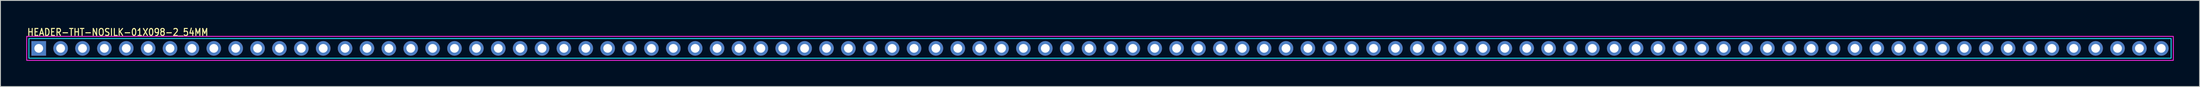
<source format=kicad_pcb>
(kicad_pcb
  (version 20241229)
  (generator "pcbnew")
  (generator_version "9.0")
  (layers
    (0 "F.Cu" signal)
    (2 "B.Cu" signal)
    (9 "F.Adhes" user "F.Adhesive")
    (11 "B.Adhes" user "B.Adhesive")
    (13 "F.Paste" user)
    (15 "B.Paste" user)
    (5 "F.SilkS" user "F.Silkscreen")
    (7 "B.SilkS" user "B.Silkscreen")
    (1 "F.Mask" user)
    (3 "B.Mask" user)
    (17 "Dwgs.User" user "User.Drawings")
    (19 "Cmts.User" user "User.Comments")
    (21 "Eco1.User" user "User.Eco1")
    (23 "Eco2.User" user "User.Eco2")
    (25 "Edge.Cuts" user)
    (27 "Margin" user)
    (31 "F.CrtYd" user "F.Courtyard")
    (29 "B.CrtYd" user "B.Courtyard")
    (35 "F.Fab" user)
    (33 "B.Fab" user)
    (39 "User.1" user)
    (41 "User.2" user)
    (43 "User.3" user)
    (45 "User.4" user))
  (footprint "HEADER-THT-NOSILK-01X098-2_54MM"
    (layer "F.Cu")
    (at 1.447 2.579)
    (property "Reference" "HEADER-THT-NOSILK-01X098-2_54MM" (at -1.4 -1.4 0) (unlocked yes) (layer "F.SilkS") (effects (font (size 0.813 0.695) (thickness 0.122)) (justify left bottom)))
    (fp_poly (pts (xy -1.143 -1.143) (xy 247.523 -1.143) (xy 247.523 1.143) (xy -1.143 1.143)) (stroke (width 0.1) (type solid)) (fill no) (layer "B.CrtYd"))
    (fp_poly (pts (xy -1.397 -1.397) (xy 247.777 -1.397) (xy 247.777 1.397) (xy -1.397 1.397)) (stroke (width 0.1) (type solid)) (fill no) (layer "F.CrtYd"))
    (pad "P$1" thru_hole rect (at 0 0) (size 1.693 1.693) (drill 1.016) (layers "*.Cu" "*.Mask"))
    (pad "P$2" thru_hole oval (at 2.54 0) (size 1.693 1.693) (drill 1.016) (layers "*.Cu" "*.Mask"))
    (pad "P$3" thru_hole oval (at 5.08 0) (size 1.693 1.693) (drill 1.016) (layers "*.Cu" "*.Mask"))
    (pad "P$4" thru_hole oval (at 7.62 0) (size 1.693 1.693) (drill 1.016) (layers "*.Cu" "*.Mask"))
    (pad "P$5" thru_hole oval (at 10.16 0) (size 1.693 1.693) (drill 1.016) (layers "*.Cu" "*.Mask"))
    (pad "P$6" thru_hole oval (at 12.7 0) (size 1.693 1.693) (drill 1.016) (layers "*.Cu" "*.Mask"))
    (pad "P$7" thru_hole oval (at 15.24 0) (size 1.693 1.693) (drill 1.016) (layers "*.Cu" "*.Mask"))
    (pad "P$8" thru_hole oval (at 17.78 0) (size 1.693 1.693) (drill 1.016) (layers "*.Cu" "*.Mask"))
    (pad "P$9" thru_hole oval (at 20.32 0) (size 1.693 1.693) (drill 1.016) (layers "*.Cu" "*.Mask"))
    (pad "P$10" thru_hole oval (at 22.86 0) (size 1.693 1.693) (drill 1.016) (layers "*.Cu" "*.Mask"))
    (pad "P$11" thru_hole oval (at 25.4 0) (size 1.693 1.693) (drill 1.016) (layers "*.Cu" "*.Mask"))
    (pad "P$12" thru_hole oval (at 27.94 0) (size 1.693 1.693) (drill 1.016) (layers "*.Cu" "*.Mask"))
    (pad "P$13" thru_hole oval (at 30.48 0) (size 1.693 1.693) (drill 1.016) (layers "*.Cu" "*.Mask"))
    (pad "P$14" thru_hole oval (at 33.02 0) (size 1.693 1.693) (drill 1.016) (layers "*.Cu" "*.Mask"))
    (pad "P$15" thru_hole oval (at 35.56 0) (size 1.693 1.693) (drill 1.016) (layers "*.Cu" "*.Mask"))
    (pad "P$16" thru_hole oval (at 38.1 0) (size 1.693 1.693) (drill 1.016) (layers "*.Cu" "*.Mask"))
    (pad "P$17" thru_hole oval (at 40.64 0) (size 1.693 1.693) (drill 1.016) (layers "*.Cu" "*.Mask"))
    (pad "P$18" thru_hole oval (at 43.18 0) (size 1.693 1.693) (drill 1.016) (layers "*.Cu" "*.Mask"))
    (pad "P$19" thru_hole oval (at 45.72 0) (size 1.693 1.693) (drill 1.016) (layers "*.Cu" "*.Mask"))
    (pad "P$20" thru_hole oval (at 48.26 0) (size 1.693 1.693) (drill 1.016) (layers "*.Cu" "*.Mask"))
    (pad "P$21" thru_hole oval (at 50.8 0) (size 1.693 1.693) (drill 1.016) (layers "*.Cu" "*.Mask"))
    (pad "P$22" thru_hole oval (at 53.34 0) (size 1.693 1.693) (drill 1.016) (layers "*.Cu" "*.Mask"))
    (pad "P$23" thru_hole oval (at 55.88 0) (size 1.693 1.693) (drill 1.016) (layers "*.Cu" "*.Mask"))
    (pad "P$24" thru_hole oval (at 58.42 0) (size 1.693 1.693) (drill 1.016) (layers "*.Cu" "*.Mask"))
    (pad "P$25" thru_hole oval (at 60.96 0) (size 1.693 1.693) (drill 1.016) (layers "*.Cu" "*.Mask"))
    (pad "P$26" thru_hole oval (at 63.5 0) (size 1.693 1.693) (drill 1.016) (layers "*.Cu" "*.Mask"))
    (pad "P$27" thru_hole oval (at 66.04 0) (size 1.693 1.693) (drill 1.016) (layers "*.Cu" "*.Mask"))
    (pad "P$28" thru_hole oval (at 68.58 0) (size 1.693 1.693) (drill 1.016) (layers "*.Cu" "*.Mask"))
    (pad "P$29" thru_hole oval (at 71.12 0) (size 1.693 1.693) (drill 1.016) (layers "*.Cu" "*.Mask"))
    (pad "P$30" thru_hole oval (at 73.66 0) (size 1.693 1.693) (drill 1.016) (layers "*.Cu" "*.Mask"))
    (pad "P$31" thru_hole oval (at 76.2 0) (size 1.693 1.693) (drill 1.016) (layers "*.Cu" "*.Mask"))
    (pad "P$32" thru_hole oval (at 78.74 0) (size 1.693 1.693) (drill 1.016) (layers "*.Cu" "*.Mask"))
    (pad "P$33" thru_hole oval (at 81.28 0) (size 1.693 1.693) (drill 1.016) (layers "*.Cu" "*.Mask"))
    (pad "P$34" thru_hole oval (at 83.82 0) (size 1.693 1.693) (drill 1.016) (layers "*.Cu" "*.Mask"))
    (pad "P$35" thru_hole oval (at 86.36 0) (size 1.693 1.693) (drill 1.016) (layers "*.Cu" "*.Mask"))
    (pad "P$36" thru_hole oval (at 88.9 0) (size 1.693 1.693) (drill 1.016) (layers "*.Cu" "*.Mask"))
    (pad "P$37" thru_hole oval (at 91.44 0) (size 1.693 1.693) (drill 1.016) (layers "*.Cu" "*.Mask"))
    (pad "P$38" thru_hole oval (at 93.98 0) (size 1.693 1.693) (drill 1.016) (layers "*.Cu" "*.Mask"))
    (pad "P$39" thru_hole oval (at 96.52 0) (size 1.693 1.693) (drill 1.016) (layers "*.Cu" "*.Mask"))
    (pad "P$40" thru_hole oval (at 99.06 0) (size 1.693 1.693) (drill 1.016) (layers "*.Cu" "*.Mask"))
    (pad "P$41" thru_hole oval (at 101.6 0) (size 1.693 1.693) (drill 1.016) (layers "*.Cu" "*.Mask"))
    (pad "P$42" thru_hole oval (at 104.14 0) (size 1.693 1.693) (drill 1.016) (layers "*.Cu" "*.Mask"))
    (pad "P$43" thru_hole oval (at 106.68 0) (size 1.693 1.693) (drill 1.016) (layers "*.Cu" "*.Mask"))
    (pad "P$44" thru_hole oval (at 109.22 0) (size 1.693 1.693) (drill 1.016) (layers "*.Cu" "*.Mask"))
    (pad "P$45" thru_hole oval (at 111.76 0) (size 1.693 1.693) (drill 1.016) (layers "*.Cu" "*.Mask"))
    (pad "P$46" thru_hole oval (at 114.3 0) (size 1.693 1.693) (drill 1.016) (layers "*.Cu" "*.Mask"))
    (pad "P$47" thru_hole oval (at 116.84 0) (size 1.693 1.693) (drill 1.016) (layers "*.Cu" "*.Mask"))
    (pad "P$48" thru_hole oval (at 119.38 0) (size 1.693 1.693) (drill 1.016) (layers "*.Cu" "*.Mask"))
    (pad "P$49" thru_hole oval (at 121.92 0) (size 1.693 1.693) (drill 1.016) (layers "*.Cu" "*.Mask"))
    (pad "P$50" thru_hole oval (at 124.46 0) (size 1.693 1.693) (drill 1.016) (layers "*.Cu" "*.Mask"))
    (pad "P$51" thru_hole oval (at 127 0) (size 1.693 1.693) (drill 1.016) (layers "*.Cu" "*.Mask"))
    (pad "P$52" thru_hole oval (at 129.54 0) (size 1.693 1.693) (drill 1.016) (layers "*.Cu" "*.Mask"))
    (pad "P$53" thru_hole oval (at 132.08 0) (size 1.693 1.693) (drill 1.016) (layers "*.Cu" "*.Mask"))
    (pad "P$54" thru_hole oval (at 134.62 0) (size 1.693 1.693) (drill 1.016) (layers "*.Cu" "*.Mask"))
    (pad "P$55" thru_hole oval (at 137.16 0) (size 1.693 1.693) (drill 1.016) (layers "*.Cu" "*.Mask"))
    (pad "P$56" thru_hole oval (at 139.7 0) (size 1.693 1.693) (drill 1.016) (layers "*.Cu" "*.Mask"))
    (pad "P$57" thru_hole oval (at 142.24 0) (size 1.693 1.693) (drill 1.016) (layers "*.Cu" "*.Mask"))
    (pad "P$58" thru_hole oval (at 144.78 0) (size 1.693 1.693) (drill 1.016) (layers "*.Cu" "*.Mask"))
    (pad "P$59" thru_hole oval (at 147.32 0) (size 1.693 1.693) (drill 1.016) (layers "*.Cu" "*.Mask"))
    (pad "P$60" thru_hole oval (at 149.86 0) (size 1.693 1.693) (drill 1.016) (layers "*.Cu" "*.Mask"))
    (pad "P$61" thru_hole oval (at 152.4 0) (size 1.693 1.693) (drill 1.016) (layers "*.Cu" "*.Mask"))
    (pad "P$62" thru_hole oval (at 154.94 0) (size 1.693 1.693) (drill 1.016) (layers "*.Cu" "*.Mask"))
    (pad "P$63" thru_hole oval (at 157.48 0) (size 1.693 1.693) (drill 1.016) (layers "*.Cu" "*.Mask"))
    (pad "P$64" thru_hole oval (at 160.02 0) (size 1.693 1.693) (drill 1.016) (layers "*.Cu" "*.Mask"))
    (pad "P$65" thru_hole oval (at 162.56 0) (size 1.693 1.693) (drill 1.016) (layers "*.Cu" "*.Mask"))
    (pad "P$66" thru_hole oval (at 165.1 0) (size 1.693 1.693) (drill 1.016) (layers "*.Cu" "*.Mask"))
    (pad "P$67" thru_hole oval (at 167.64 0) (size 1.693 1.693) (drill 1.016) (layers "*.Cu" "*.Mask"))
    (pad "P$68" thru_hole oval (at 170.18 0) (size 1.693 1.693) (drill 1.016) (layers "*.Cu" "*.Mask"))
    (pad "P$69" thru_hole oval (at 172.72 0) (size 1.693 1.693) (drill 1.016) (layers "*.Cu" "*.Mask"))
    (pad "P$70" thru_hole oval (at 175.26 0) (size 1.693 1.693) (drill 1.016) (layers "*.Cu" "*.Mask"))
    (pad "P$71" thru_hole oval (at 177.8 0) (size 1.693 1.693) (drill 1.016) (layers "*.Cu" "*.Mask"))
    (pad "P$72" thru_hole oval (at 180.34 0) (size 1.693 1.693) (drill 1.016) (layers "*.Cu" "*.Mask"))
    (pad "P$73" thru_hole oval (at 182.88 0) (size 1.693 1.693) (drill 1.016) (layers "*.Cu" "*.Mask"))
    (pad "P$74" thru_hole oval (at 185.42 0) (size 1.693 1.693) (drill 1.016) (layers "*.Cu" "*.Mask"))
    (pad "P$75" thru_hole oval (at 187.96 0) (size 1.693 1.693) (drill 1.016) (layers "*.Cu" "*.Mask"))
    (pad "P$76" thru_hole oval (at 190.5 0) (size 1.693 1.693) (drill 1.016) (layers "*.Cu" "*.Mask"))
    (pad "P$77" thru_hole oval (at 193.04 0) (size 1.693 1.693) (drill 1.016) (layers "*.Cu" "*.Mask"))
    (pad "P$78" thru_hole oval (at 195.58 0) (size 1.693 1.693) (drill 1.016) (layers "*.Cu" "*.Mask"))
    (pad "P$79" thru_hole oval (at 198.12 0) (size 1.693 1.693) (drill 1.016) (layers "*.Cu" "*.Mask"))
    (pad "P$80" thru_hole oval (at 200.66 0) (size 1.693 1.693) (drill 1.016) (layers "*.Cu" "*.Mask"))
    (pad "P$81" thru_hole oval (at 203.2 0) (size 1.693 1.693) (drill 1.016) (layers "*.Cu" "*.Mask"))
    (pad "P$82" thru_hole oval (at 205.74 0) (size 1.693 1.693) (drill 1.016) (layers "*.Cu" "*.Mask"))
    (pad "P$83" thru_hole oval (at 208.28 0) (size 1.693 1.693) (drill 1.016) (layers "*.Cu" "*.Mask"))
    (pad "P$84" thru_hole oval (at 210.82 0) (size 1.693 1.693) (drill 1.016) (layers "*.Cu" "*.Mask"))
    (pad "P$85" thru_hole oval (at 213.36 0) (size 1.693 1.693) (drill 1.016) (layers "*.Cu" "*.Mask"))
    (pad "P$86" thru_hole oval (at 215.9 0) (size 1.693 1.693) (drill 1.016) (layers "*.Cu" "*.Mask"))
    (pad "P$87" thru_hole oval (at 218.44 0) (size 1.693 1.693) (drill 1.016) (layers "*.Cu" "*.Mask"))
    (pad "P$88" thru_hole oval (at 220.98 0) (size 1.693 1.693) (drill 1.016) (layers "*.Cu" "*.Mask"))
    (pad "P$89" thru_hole oval (at 223.52 0) (size 1.693 1.693) (drill 1.016) (layers "*.Cu" "*.Mask"))
    (pad "P$90" thru_hole oval (at 226.06 0) (size 1.693 1.693) (drill 1.016) (layers "*.Cu" "*.Mask"))
    (pad "P$91" thru_hole oval (at 228.6 0) (size 1.693 1.693) (drill 1.016) (layers "*.Cu" "*.Mask"))
    (pad "P$92" thru_hole oval (at 231.14 0) (size 1.693 1.693) (drill 1.016) (layers "*.Cu" "*.Mask"))
    (pad "P$93" thru_hole oval (at 233.68 0) (size 1.693 1.693) (drill 1.016) (layers "*.Cu" "*.Mask"))
    (pad "P$94" thru_hole oval (at 236.22 0) (size 1.693 1.693) (drill 1.016) (layers "*.Cu" "*.Mask"))
    (pad "P$95" thru_hole oval (at 238.76 0) (size 1.693 1.693) (drill 1.016) (layers "*.Cu" "*.Mask"))
    (pad "P$96" thru_hole oval (at 241.3 0) (size 1.693 1.693) (drill 1.016) (layers "*.Cu" "*.Mask"))
    (pad "P$97" thru_hole oval (at 243.84 0) (size 1.693 1.693) (drill 1.016) (layers "*.Cu" "*.Mask"))
    (pad "P$98" thru_hole oval (at 246.38 0) (size 1.693 1.693) (drill 1.016) (layers "*.Cu" "*.Mask")))
  (gr_rect
    (start -3 -3)
    (end 252.274 7.026)
    (stroke (width 0.1) (type default))
    (fill no)
    (layer "Edge.Cuts")))
</source>
